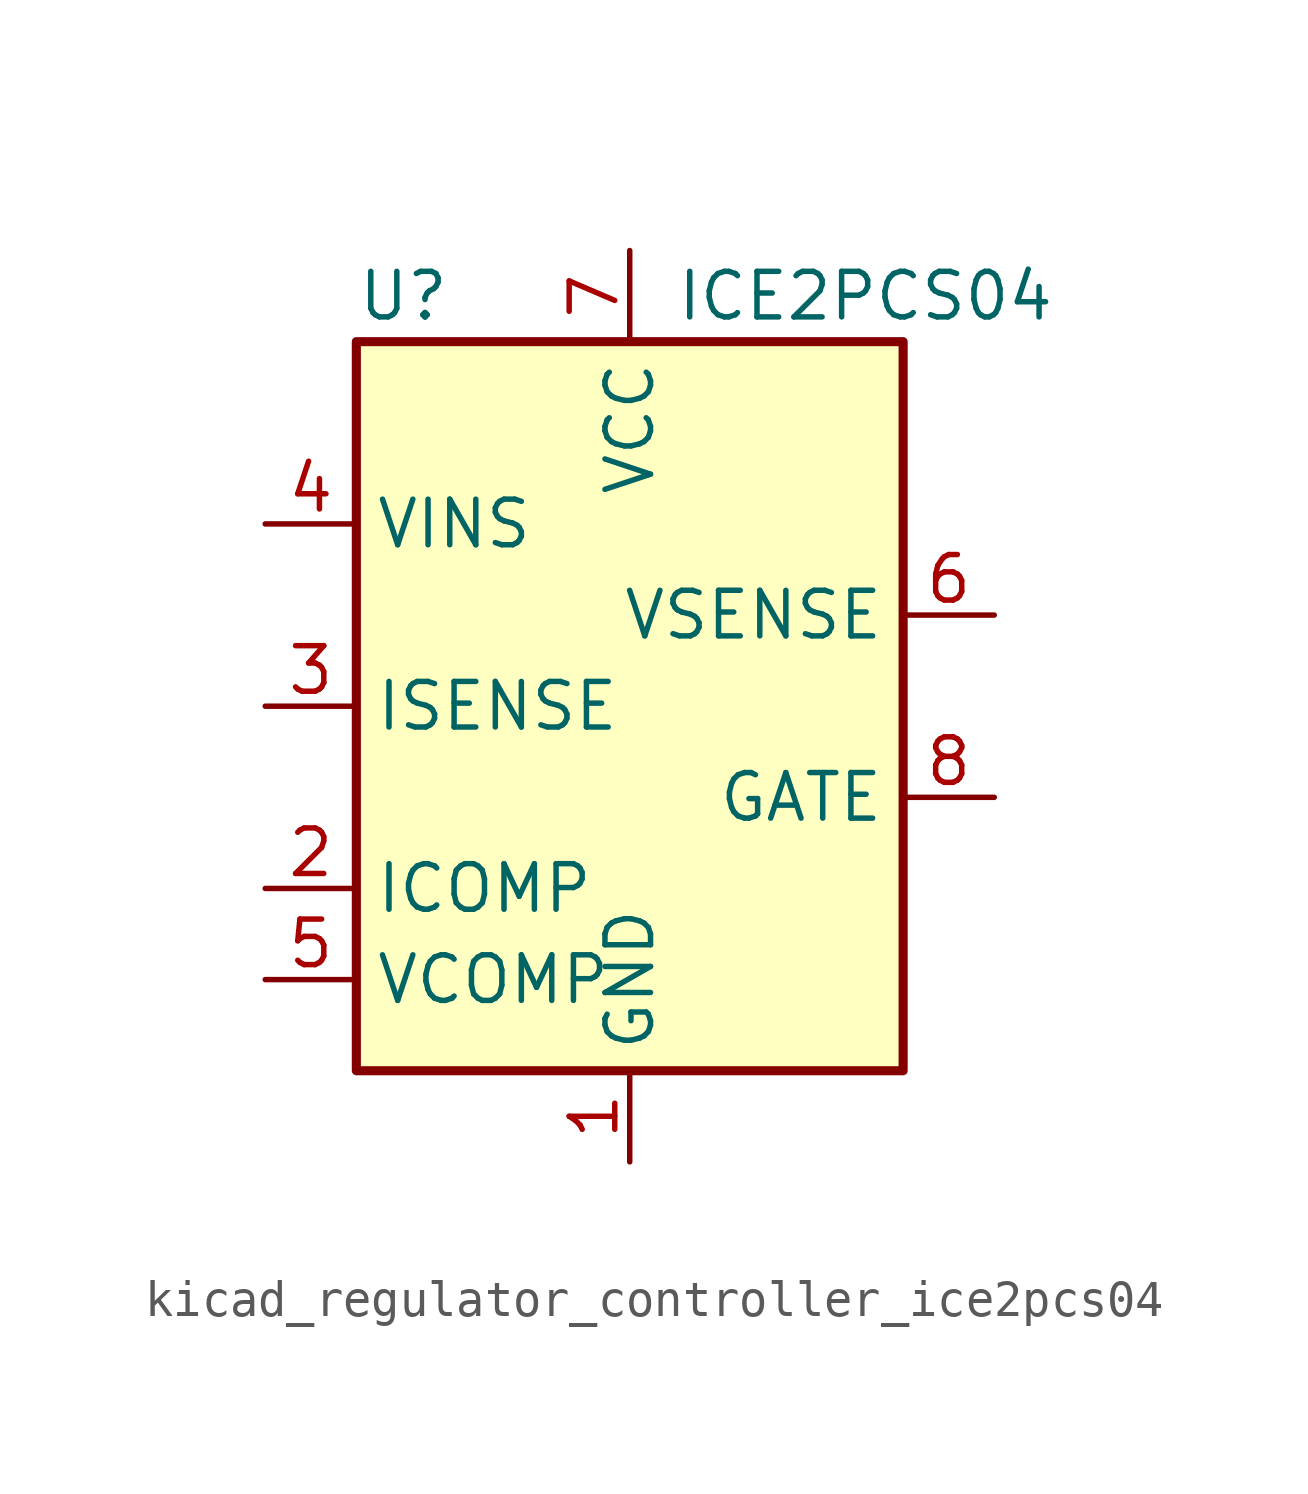
<source format=kicad_sym>
(kicad_symbol_lib
  (version 20220914)
  (generator kicad_symbol_editor)
  (symbol "kicad_regulator_controller_ice2pcs04"
    (property "Reference" "U"
      (at -7.62 11.43 0)
      (effects (font (size 1.27 1.27)) (justify left)))
    (property "Value" "ICE2PCS04"
      (at 1.27 11.43 0)
      (effects (font (size 1.27 1.27)) (justify left)))
    (symbol "kicad_regulator_controller_ice2pcs04_0_0"
      (rectangle (start -7.62 10.16) (end 7.62 -10.16) (stroke (width 0.254) (type default)) (fill (type background))))
    (symbol "kicad_regulator_controller_ice2pcs04_1_1"
      (pin power_in line (at 0 -12.7 90) (length 2.54) (name "GND" (effects (font (size 1.27 1.27)))) (number "1" (effects (font (size 1.27 1.27)))))
      (pin passive line (at -10.16 -5.08 0) (length 2.54) (name "ICOMP" (effects (font (size 1.27 1.27)))) (number "2" (effects (font (size 1.27 1.27)))))
      (pin input line (at -10.16 0 0) (length 2.54) (name "ISENSE" (effects (font (size 1.27 1.27)))) (number "3" (effects (font (size 1.27 1.27)))))
      (pin input line (at -10.16 5.08 0) (length 2.54) (name "VINS" (effects (font (size 1.27 1.27)))) (number "4" (effects (font (size 1.27 1.27)))))
      (pin passive line (at -10.16 -7.62 0) (length 2.54) (name "VCOMP" (effects (font (size 1.27 1.27)))) (number "5" (effects (font (size 1.27 1.27)))))
      (pin input line (at 10.16 2.54 180) (length 2.54) (name "VSENSE" (effects (font (size 1.27 1.27)))) (number "6" (effects (font (size 1.27 1.27)))))
      (pin power_in line (at 0 12.7 270) (length 2.54) (name "VCC" (effects (font (size 1.27 1.27)))) (number "7" (effects (font (size 1.27 1.27)))))
      (pin output line (at 10.16 -2.54 180) (length 2.54) (name "GATE" (effects (font (size 1.27 1.27)))) (number "8" (effects (font (size 1.27 1.27))))))))
</source>
